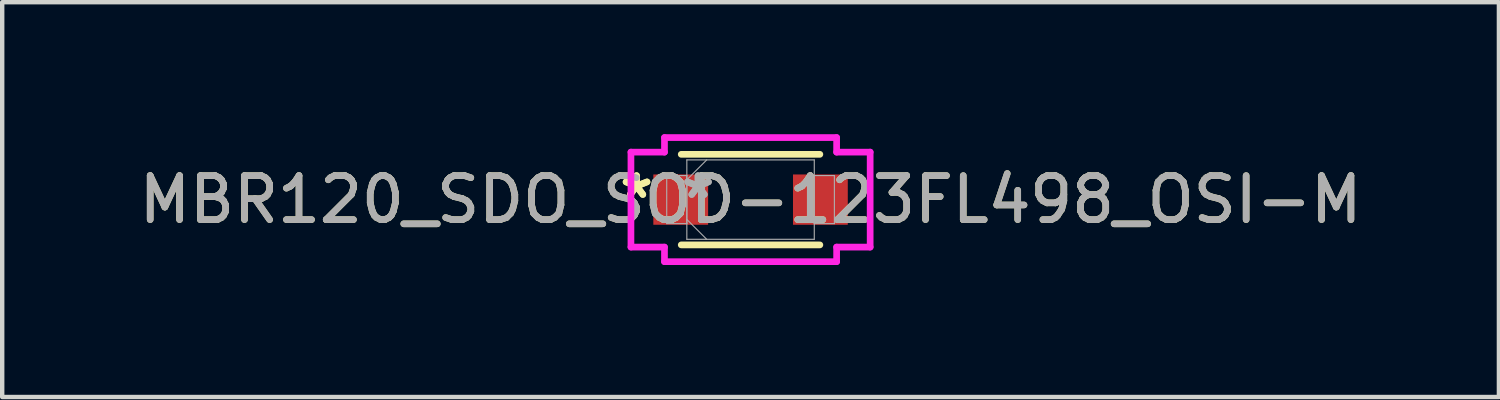
<source format=kicad_pcb>
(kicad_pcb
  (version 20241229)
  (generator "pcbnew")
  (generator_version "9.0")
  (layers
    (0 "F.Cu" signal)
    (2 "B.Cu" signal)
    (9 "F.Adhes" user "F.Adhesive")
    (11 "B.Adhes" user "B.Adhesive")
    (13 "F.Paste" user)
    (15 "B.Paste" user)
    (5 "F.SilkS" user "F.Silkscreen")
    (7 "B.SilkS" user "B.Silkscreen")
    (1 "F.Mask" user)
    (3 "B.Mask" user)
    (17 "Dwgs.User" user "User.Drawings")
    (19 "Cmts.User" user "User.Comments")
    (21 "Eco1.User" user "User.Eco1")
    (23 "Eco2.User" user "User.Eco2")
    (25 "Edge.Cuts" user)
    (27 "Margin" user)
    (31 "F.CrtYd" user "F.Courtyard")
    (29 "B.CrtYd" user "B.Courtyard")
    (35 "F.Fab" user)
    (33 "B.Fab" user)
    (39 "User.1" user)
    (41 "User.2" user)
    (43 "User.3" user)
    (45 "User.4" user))
  (footprint "MBR120_SDO_SOD-123FL498_OSI-M"
    (layer "F.Cu")
    (at 14.006 1.486)
    (property "Reference" "MBR120_SDO_SOD-123FL498_OSI-M" (at 0 0 0) (unlocked yes) (layer "F.SilkS") (effects (font (size 1 1) (thickness 0.15))))
    (attr smd)
    (fp_line (start -1.575 1.029) (end 1.575 1.029) (stroke (width 0.152) (type solid)) (layer "F.SilkS"))
    (fp_line (start 1.575 -1.029) (end -1.575 -1.029) (stroke (width 0.152) (type solid)) (layer "F.SilkS"))
    (fp_line (start -2.718 -1.079) (end -1.956 -1.079) (stroke (width 0.152) (type solid)) (layer "F.CrtYd"))
    (fp_line (start -2.718 1.079) (end -2.718 -1.079) (stroke (width 0.152) (type solid)) (layer "F.CrtYd"))
    (fp_line (start -1.956 -1.41) (end 1.956 -1.41) (stroke (width 0.152) (type solid)) (layer "F.CrtYd"))
    (fp_line (start -1.956 -1.079) (end -1.956 -1.41) (stroke (width 0.152) (type solid)) (layer "F.CrtYd"))
    (fp_line (start -1.956 1.079) (end -2.718 1.079) (stroke (width 0.152) (type solid)) (layer "F.CrtYd"))
    (fp_line (start -1.956 1.41) (end -1.956 1.079) (stroke (width 0.152) (type solid)) (layer "F.CrtYd"))
    (fp_line (start 1.956 -1.41) (end 1.956 -1.079) (stroke (width 0.152) (type solid)) (layer "F.CrtYd"))
    (fp_line (start 1.956 -1.079) (end 2.718 -1.079) (stroke (width 0.152) (type solid)) (layer "F.CrtYd"))
    (fp_line (start 1.956 1.079) (end 1.956 1.41) (stroke (width 0.152) (type solid)) (layer "F.CrtYd"))
    (fp_line (start 1.956 1.41) (end -1.956 1.41) (stroke (width 0.152) (type solid)) (layer "F.CrtYd"))
    (fp_line (start 2.718 -1.079) (end 2.718 1.079) (stroke (width 0.152) (type solid)) (layer "F.CrtYd"))
    (fp_line (start 2.718 1.079) (end 1.956 1.079) (stroke (width 0.152) (type solid)) (layer "F.CrtYd"))
    (fp_line (start -1.905 -0.546) (end -1.905 0.546) (stroke (width 0.025) (type solid)) (layer "F.Fab"))
    (fp_line (start -1.905 0.546) (end -1.448 0.546) (stroke (width 0.025) (type solid)) (layer "F.Fab"))
    (fp_line (start -1.448 -0.902) (end -1.448 0.902) (stroke (width 0.025) (type solid)) (layer "F.Fab"))
    (fp_line (start -1.448 -0.546) (end -1.905 -0.546) (stroke (width 0.025) (type solid)) (layer "F.Fab"))
    (fp_line (start -1.448 -0.451) (end -0.997 -0.902) (stroke (width 0.025) (type solid)) (layer "F.Fab"))
    (fp_line (start -1.448 0.451) (end -0.997 0.902) (stroke (width 0.025) (type solid)) (layer "F.Fab"))
    (fp_line (start -1.448 0.546) (end -1.448 -0.546) (stroke (width 0.025) (type solid)) (layer "F.Fab"))
    (fp_line (start -1.448 0.902) (end 1.448 0.902) (stroke (width 0.025) (type solid)) (layer "F.Fab"))
    (fp_line (start 1.448 -0.902) (end -1.448 -0.902) (stroke (width 0.025) (type solid)) (layer "F.Fab"))
    (fp_line (start 1.448 -0.546) (end 1.448 0.546) (stroke (width 0.025) (type solid)) (layer "F.Fab"))
    (fp_line (start 1.448 0.546) (end 1.905 0.546) (stroke (width 0.025) (type solid)) (layer "F.Fab"))
    (fp_line (start 1.448 0.902) (end 1.448 -0.902) (stroke (width 0.025) (type solid)) (layer "F.Fab"))
    (fp_line (start 1.905 -0.546) (end 1.448 -0.546) (stroke (width 0.025) (type solid)) (layer "F.Fab"))
    (fp_line (start 1.905 0.546) (end 1.905 -0.546) (stroke (width 0.025) (type solid)) (layer "F.Fab"))
    (fp_text user "*" (at -2.591 0 0) (layer "F.SilkS") (effects (font (size 1 1) (thickness 0.15))))
    (fp_text user "*" (at -2.591 0 0) (unlocked yes) (layer "F.SilkS") (effects (font (size 1 1) (thickness 0.15))))
    (fp_text user "${REFERENCE}" (at 0 0 0) (unlocked yes) (layer "F.Fab") (effects (font (size 1 1) (thickness 0.15))))
    (fp_text user "*" (at -1.194 0 0) (unlocked yes) (layer "F.Fab") (effects (font (size 1 1) (thickness 0.15))))
    (fp_text user "*" (at -1.194 0 0) (layer "F.Fab") (effects (font (size 1 1) (thickness 0.15))))
    (pad "1" smd rect (at -1.587 0) (size 1.245 1.143) (layers "F.Cu" "F.Mask" "F.Paste"))
    (pad "2" smd rect (at 1.587 0) (size 1.245 1.143) (layers "F.Cu" "F.Mask" "F.Paste"))
    (zone (net_name "") (layer "F.Cu") (hatch full 0.508) (connect_pads) (min_thickness 0.254) (filled_areas_thickness no) (keepout (tracks not_allowed) (vias not_allowed) (pads allowed) (copperpour not_allowed) (footprints allowed)) (placement (enabled no)) (fill) (polygon (pts (xy 13.092 0.635) (xy 14.92 0.635) (xy 14.92 2.337) (xy 13.092 2.337)))))
  (gr_rect
    (start -3 -3)
    (end 31.012 5.972)
    (stroke (width 0.1) (type default))
    (fill no)
    (layer "Edge.Cuts")))
</source>
